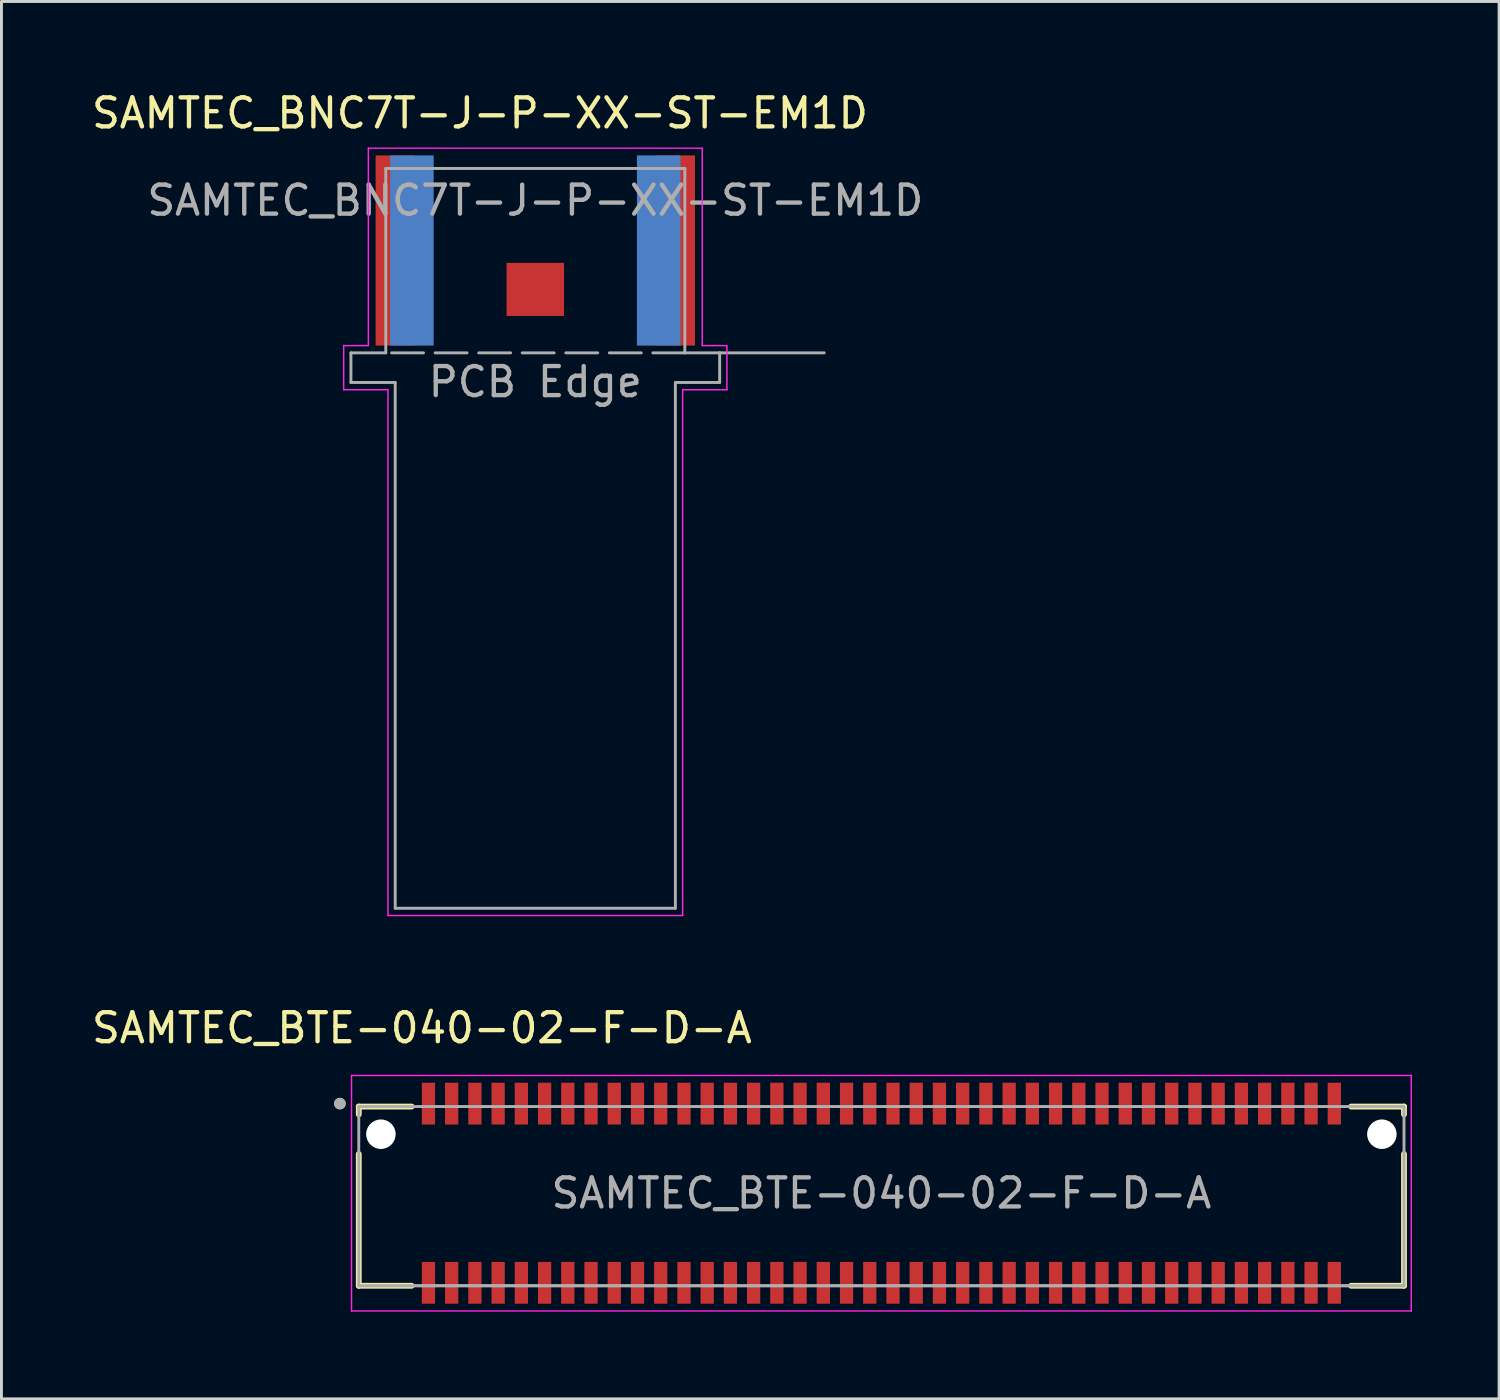
<source format=kicad_pcb>
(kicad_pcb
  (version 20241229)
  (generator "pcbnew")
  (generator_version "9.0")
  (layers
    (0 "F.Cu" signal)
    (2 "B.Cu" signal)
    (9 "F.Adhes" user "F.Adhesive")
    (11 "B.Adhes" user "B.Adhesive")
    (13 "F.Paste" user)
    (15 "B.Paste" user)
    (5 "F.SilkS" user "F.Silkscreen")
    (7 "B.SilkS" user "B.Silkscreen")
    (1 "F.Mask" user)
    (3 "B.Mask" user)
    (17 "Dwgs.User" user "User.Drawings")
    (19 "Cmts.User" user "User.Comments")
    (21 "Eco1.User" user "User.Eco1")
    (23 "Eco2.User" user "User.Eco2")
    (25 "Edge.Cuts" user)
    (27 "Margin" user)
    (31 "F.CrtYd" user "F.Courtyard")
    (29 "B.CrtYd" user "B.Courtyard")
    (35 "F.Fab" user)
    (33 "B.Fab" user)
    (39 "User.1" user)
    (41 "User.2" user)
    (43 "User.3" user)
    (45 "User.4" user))
  (footprint "SAMTEC_BNC7T-J-P-XX-ST-EM1D"
    (layer "F.Cu")
    (at 15.387 9.103)
    (property "Reference" "SAMTEC_BNC7T-J-P-XX-ST-EM1D" (at -1.905 -8.255 0) (layer "F.SilkS") (effects (font (size 1 1) (thickness 0.15))))
    (attr smd)
    (fp_line (start -6.6 -0.25) (end -5.75 -0.25) (stroke (width 0.05) (type solid)) (layer "F.CrtYd"))
    (fp_line (start -6.6 1.27) (end -6.6 -0.25) (stroke (width 0.05) (type solid)) (layer "F.CrtYd"))
    (fp_line (start -5.75 -7.05) (end 5.75 -7.05) (stroke (width 0.05) (type solid)) (layer "F.CrtYd"))
    (fp_line (start -5.75 -0.25) (end -5.75 -7.05) (stroke (width 0.05) (type solid)) (layer "F.CrtYd"))
    (fp_line (start -5.075 1.27) (end -6.6 1.27) (stroke (width 0.05) (type solid)) (layer "F.CrtYd"))
    (fp_line (start -5.075 19.38) (end -5.075 1.27) (stroke (width 0.05) (type solid)) (layer "F.CrtYd"))
    (fp_line (start 5.075 1.27) (end 5.075 19.38) (stroke (width 0.05) (type solid)) (layer "F.CrtYd"))
    (fp_line (start 5.075 19.38) (end -5.075 19.38) (stroke (width 0.05) (type solid)) (layer "F.CrtYd"))
    (fp_line (start 5.75 -7.05) (end 5.75 -0.25) (stroke (width 0.05) (type solid)) (layer "F.CrtYd"))
    (fp_line (start 5.75 -0.25) (end 6.6 -0.25) (stroke (width 0.05) (type solid)) (layer "F.CrtYd"))
    (fp_line (start 6.6 -0.25) (end 6.6 1.27) (stroke (width 0.05) (type solid)) (layer "F.CrtYd"))
    (fp_line (start 6.6 1.27) (end 5.075 1.27) (stroke (width 0.05) (type solid)) (layer "F.CrtYd"))
    (fp_line (start -6.35 0) (end -6.35 1.02) (stroke (width 0.1) (type solid)) (layer "F.Fab"))
    (fp_line (start -6.35 1.02) (end -4.825 1.02) (stroke (width 0.1) (type solid)) (layer "F.Fab"))
    (fp_line (start -5.15 -6.35) (end -5.15 0) (stroke (width 0.1) (type solid)) (layer "F.Fab"))
    (fp_line (start -5.15 0) (end -6.35 0) (stroke (width 0.1) (type solid)) (layer "F.Fab"))
    (fp_line (start -4.825 1.02) (end -4.825 19.13) (stroke (width 0.1) (type solid)) (layer "F.Fab"))
    (fp_line (start -4.825 19.13) (end 4.825 19.13) (stroke (width 0.1) (type solid)) (layer "F.Fab"))
    (fp_line (start 4.825 1.02) (end 4.825 19.13) (stroke (width 0.1) (type solid)) (layer "F.Fab"))
    (fp_line (start 5.15 -6.35) (end -5.15 -6.35) (stroke (width 0.1) (type solid)) (layer "F.Fab"))
    (fp_line (start 5.15 -6.35) (end 5.15 0) (stroke (width 0.1) (type solid)) (layer "F.Fab"))
    (fp_line (start 5.15 0) (end -5.15 0) (stroke (width 0.1) (type dash)) (layer "F.Fab"))
    (fp_line (start 6.35 0) (end 5.15 0) (stroke (width 0.1) (type solid)) (layer "F.Fab"))
    (fp_line (start 6.35 0) (end 9.95 0) (stroke (width 0.1) (type solid)) (layer "F.Fab"))
    (fp_line (start 6.35 1.02) (end 4.825 1.02) (stroke (width 0.1) (type solid)) (layer "F.Fab"))
    (fp_line (start 6.35 1.02) (end 6.35 0) (stroke (width 0.1) (type solid)) (layer "F.Fab"))
    (fp_text user "${REFERENCE}" (at 0 -5.25 0) (layer "F.Fab") (effects (font (size 1 1) (thickness 0.15))))
    (fp_text user "PCB Edge" (at 0 1 0) (layer "F.Fab") (effects (font (size 1 1) (thickness 0.15))))
    (pad "1" smd rect (at 0 -2.185) (size 1.98 1.83) (layers "F.Cu" "F.Mask" "F.Paste"))
    (pad "2" smd rect (at -4.825 -3.525) (size 1.35 6.55) (layers "F.Cu" "F.Mask" "F.Paste"))
    (pad "2" smd rect (at -4.25 -3.525) (size 1.5 6.55) (layers "B.Cu" "B.Mask" "B.Paste"))
    (pad "2" smd rect (at 4.25 -3.525) (size 1.5 6.55) (layers "B.Cu" "B.Mask" "B.Paste"))
    (pad "2" smd rect (at 4.825 -3.525) (size 1.35 6.55) (layers "F.Cu" "F.Mask" "F.Paste")))
  (footprint "SAMTEC_BTE-040-02-F-D-A"
    (layer "F.Cu")
    (at 27.307 38.047)
    (property "Reference" "SAMTEC_BTE-040-02-F-D-A" (at -15.825 -5.691 0) (layer "F.SilkS") (effects (font (size 1 1) (thickness 0.15))))
    (attr smd)
    (fp_line (start -18 -2.985) (end -18 -2.715) (stroke (width 0.2) (type solid)) (layer "F.SilkS"))
    (fp_line (start -18 -2.985) (end -16.178 -2.985) (stroke (width 0.2) (type solid)) (layer "F.SilkS"))
    (fp_line (start -18 -1.349) (end -18 3.188) (stroke (width 0.2) (type solid)) (layer "F.SilkS"))
    (fp_line (start -16.178 3.188) (end -18 3.188) (stroke (width 0.2) (type solid)) (layer "F.SilkS"))
    (fp_line (start 16.178 -2.985) (end 18 -2.985) (stroke (width 0.2) (type solid)) (layer "F.SilkS"))
    (fp_line (start 16.178 3.188) (end 18 3.188) (stroke (width 0.2) (type solid)) (layer "F.SilkS"))
    (fp_line (start 18 -2.715) (end 18 -2.985) (stroke (width 0.2) (type solid)) (layer "F.SilkS"))
    (fp_line (start 18 3.188) (end 18 -1.349) (stroke (width 0.2) (type solid)) (layer "F.SilkS"))
    (fp_circle (center -18.65 -3.086) (end -18.55 -3.086) (stroke (width 0.2) (type solid)) (fill no) (layer "F.SilkS"))
    (fp_line (start -18.25 -4.056) (end 18.25 -4.056) (stroke (width 0.05) (type solid)) (layer "F.CrtYd"))
    (fp_line (start -18.25 4.056) (end -18.25 -4.056) (stroke (width 0.05) (type solid)) (layer "F.CrtYd"))
    (fp_line (start 18.25 -4.056) (end 18.25 4.056) (stroke (width 0.05) (type solid)) (layer "F.CrtYd"))
    (fp_line (start 18.25 4.056) (end -18.25 4.056) (stroke (width 0.05) (type solid)) (layer "F.CrtYd"))
    (fp_line (start -18 -2.985) (end 18 -2.985) (stroke (width 0.1) (type solid)) (layer "F.Fab"))
    (fp_line (start -18 3.188) (end -18 -2.985) (stroke (width 0.1) (type solid)) (layer "F.Fab"))
    (fp_line (start -18 3.188) (end -18 3.188) (stroke (width 0.1) (type solid)) (layer "F.Fab"))
    (fp_line (start -18 3.188) (end 18 3.188) (stroke (width 0.1) (type solid)) (layer "F.Fab"))
    (fp_line (start 18 -2.985) (end 18 3.188) (stroke (width 0.1) (type solid)) (layer "F.Fab"))
    (fp_line (start 18 3.188) (end -18 3.188) (stroke (width 0.1) (type solid)) (layer "F.Fab"))
    (fp_line (start 18 3.188) (end 18 3.188) (stroke (width 0.1) (type solid)) (layer "F.Fab"))
    (fp_circle (center -18.65 -3.086) (end -18.55 -3.086) (stroke (width 0.2) (type solid)) (fill no) (layer "F.Fab"))
    (fp_text user "${REFERENCE}" (at 0 0 0) (unlocked yes) (layer "F.Fab") (effects (font (size 1 1) (thickness 0.15))))
    (pad "" np_thru_hole circle (at -17.238 -2.032) (size 1.016 1.016) (drill 1.016) (layers "*.Cu" "*.Mask"))
    (pad "" np_thru_hole circle (at 17.238 -2.032) (size 1.016 1.016) (drill 1.016) (layers "*.Cu" "*.Mask"))
    (pad "01" smd rect (at -15.6 -3.086) (size 0.457 1.44) (layers "F.Cu" "F.Mask" "F.Paste"))
    (pad "02" smd rect (at -15.6 3.086) (size 0.457 1.44) (layers "F.Cu" "F.Mask" "F.Paste"))
    (pad "03" smd rect (at -14.8 -3.086) (size 0.457 1.44) (layers "F.Cu" "F.Mask" "F.Paste"))
    (pad "04" smd rect (at -14.8 3.086) (size 0.457 1.44) (layers "F.Cu" "F.Mask" "F.Paste"))
    (pad "05" smd rect (at -14 -3.086) (size 0.457 1.44) (layers "F.Cu" "F.Mask" "F.Paste"))
    (pad "06" smd rect (at -14 3.086) (size 0.457 1.44) (layers "F.Cu" "F.Mask" "F.Paste"))
    (pad "07" smd rect (at -13.2 -3.086) (size 0.457 1.44) (layers "F.Cu" "F.Mask" "F.Paste"))
    (pad "08" smd rect (at -13.2 3.086) (size 0.457 1.44) (layers "F.Cu" "F.Mask" "F.Paste"))
    (pad "09" smd rect (at -12.4 -3.086) (size 0.457 1.44) (layers "F.Cu" "F.Mask" "F.Paste"))
    (pad "10" smd rect (at -12.4 3.086) (size 0.457 1.44) (layers "F.Cu" "F.Mask" "F.Paste"))
    (pad "11" smd rect (at -11.6 -3.086) (size 0.457 1.44) (layers "F.Cu" "F.Mask" "F.Paste"))
    (pad "12" smd rect (at -11.6 3.086) (size 0.457 1.44) (layers "F.Cu" "F.Mask" "F.Paste"))
    (pad "13" smd rect (at -10.8 -3.086) (size 0.457 1.44) (layers "F.Cu" "F.Mask" "F.Paste"))
    (pad "14" smd rect (at -10.8 3.086) (size 0.457 1.44) (layers "F.Cu" "F.Mask" "F.Paste"))
    (pad "15" smd rect (at -10 -3.086) (size 0.457 1.44) (layers "F.Cu" "F.Mask" "F.Paste"))
    (pad "16" smd rect (at -10 3.086) (size 0.457 1.44) (layers "F.Cu" "F.Mask" "F.Paste"))
    (pad "17" smd rect (at -9.2 -3.086) (size 0.457 1.44) (layers "F.Cu" "F.Mask" "F.Paste"))
    (pad "18" smd rect (at -9.2 3.086) (size 0.457 1.44) (layers "F.Cu" "F.Mask" "F.Paste"))
    (pad "19" smd rect (at -8.4 -3.086) (size 0.457 1.44) (layers "F.Cu" "F.Mask" "F.Paste"))
    (pad "20" smd rect (at -8.4 3.086) (size 0.457 1.44) (layers "F.Cu" "F.Mask" "F.Paste"))
    (pad "21" smd rect (at -7.6 -3.086) (size 0.457 1.44) (layers "F.Cu" "F.Mask" "F.Paste"))
    (pad "22" smd rect (at -7.6 3.086) (size 0.457 1.44) (layers "F.Cu" "F.Mask" "F.Paste"))
    (pad "23" smd rect (at -6.8 -3.086) (size 0.457 1.44) (layers "F.Cu" "F.Mask" "F.Paste"))
    (pad "24" smd rect (at -6.8 3.086) (size 0.457 1.44) (layers "F.Cu" "F.Mask" "F.Paste"))
    (pad "25" smd rect (at -6 -3.086) (size 0.457 1.44) (layers "F.Cu" "F.Mask" "F.Paste"))
    (pad "26" smd rect (at -6 3.086) (size 0.457 1.44) (layers "F.Cu" "F.Mask" "F.Paste"))
    (pad "27" smd rect (at -5.2 -3.086) (size 0.457 1.44) (layers "F.Cu" "F.Mask" "F.Paste"))
    (pad "28" smd rect (at -5.2 3.086) (size 0.457 1.44) (layers "F.Cu" "F.Mask" "F.Paste"))
    (pad "29" smd rect (at -4.4 -3.086) (size 0.457 1.44) (layers "F.Cu" "F.Mask" "F.Paste"))
    (pad "30" smd rect (at -4.4 3.086) (size 0.457 1.44) (layers "F.Cu" "F.Mask" "F.Paste"))
    (pad "31" smd rect (at -3.6 -3.086) (size 0.457 1.44) (layers "F.Cu" "F.Mask" "F.Paste"))
    (pad "32" smd rect (at -3.6 3.086) (size 0.457 1.44) (layers "F.Cu" "F.Mask" "F.Paste"))
    (pad "33" smd rect (at -2.8 -3.086) (size 0.457 1.44) (layers "F.Cu" "F.Mask" "F.Paste"))
    (pad "34" smd rect (at -2.8 3.086) (size 0.457 1.44) (layers "F.Cu" "F.Mask" "F.Paste"))
    (pad "35" smd rect (at -2 -3.086) (size 0.457 1.44) (layers "F.Cu" "F.Mask" "F.Paste"))
    (pad "36" smd rect (at -2 3.086) (size 0.457 1.44) (layers "F.Cu" "F.Mask" "F.Paste"))
    (pad "37" smd rect (at -1.2 -3.086) (size 0.457 1.44) (layers "F.Cu" "F.Mask" "F.Paste"))
    (pad "38" smd rect (at -1.2 3.086) (size 0.457 1.44) (layers "F.Cu" "F.Mask" "F.Paste"))
    (pad "39" smd rect (at -0.4 -3.086) (size 0.457 1.44) (layers "F.Cu" "F.Mask" "F.Paste"))
    (pad "40" smd rect (at -0.4 3.086) (size 0.457 1.44) (layers "F.Cu" "F.Mask" "F.Paste"))
    (pad "41" smd rect (at 0.4 -3.086) (size 0.457 1.44) (layers "F.Cu" "F.Mask" "F.Paste"))
    (pad "42" smd rect (at 0.4 3.086) (size 0.457 1.44) (layers "F.Cu" "F.Mask" "F.Paste"))
    (pad "43" smd rect (at 1.2 -3.086) (size 0.457 1.44) (layers "F.Cu" "F.Mask" "F.Paste"))
    (pad "44" smd rect (at 1.2 3.086) (size 0.457 1.44) (layers "F.Cu" "F.Mask" "F.Paste"))
    (pad "45" smd rect (at 2 -3.086) (size 0.457 1.44) (layers "F.Cu" "F.Mask" "F.Paste"))
    (pad "46" smd rect (at 2 3.086) (size 0.457 1.44) (layers "F.Cu" "F.Mask" "F.Paste"))
    (pad "47" smd rect (at 2.8 -3.086) (size 0.457 1.44) (layers "F.Cu" "F.Mask" "F.Paste"))
    (pad "48" smd rect (at 2.8 3.086) (size 0.457 1.44) (layers "F.Cu" "F.Mask" "F.Paste"))
    (pad "49" smd rect (at 3.6 -3.086) (size 0.457 1.44) (layers "F.Cu" "F.Mask" "F.Paste"))
    (pad "50" smd rect (at 3.6 3.086) (size 0.457 1.44) (layers "F.Cu" "F.Mask" "F.Paste"))
    (pad "51" smd rect (at 4.4 -3.086) (size 0.457 1.44) (layers "F.Cu" "F.Mask" "F.Paste"))
    (pad "52" smd rect (at 4.4 3.086) (size 0.457 1.44) (layers "F.Cu" "F.Mask" "F.Paste"))
    (pad "53" smd rect (at 5.2 -3.086) (size 0.457 1.44) (layers "F.Cu" "F.Mask" "F.Paste"))
    (pad "54" smd rect (at 5.2 3.086) (size 0.457 1.44) (layers "F.Cu" "F.Mask" "F.Paste"))
    (pad "55" smd rect (at 6 -3.086) (size 0.457 1.44) (layers "F.Cu" "F.Mask" "F.Paste"))
    (pad "56" smd rect (at 6 3.086) (size 0.457 1.44) (layers "F.Cu" "F.Mask" "F.Paste"))
    (pad "57" smd rect (at 6.8 -3.086) (size 0.457 1.44) (layers "F.Cu" "F.Mask" "F.Paste"))
    (pad "58" smd rect (at 6.8 3.086) (size 0.457 1.44) (layers "F.Cu" "F.Mask" "F.Paste"))
    (pad "59" smd rect (at 7.6 -3.086) (size 0.457 1.44) (layers "F.Cu" "F.Mask" "F.Paste"))
    (pad "60" smd rect (at 7.6 3.086) (size 0.457 1.44) (layers "F.Cu" "F.Mask" "F.Paste"))
    (pad "61" smd rect (at 8.4 -3.086) (size 0.457 1.44) (layers "F.Cu" "F.Mask" "F.Paste"))
    (pad "62" smd rect (at 8.4 3.086) (size 0.457 1.44) (layers "F.Cu" "F.Mask" "F.Paste"))
    (pad "63" smd rect (at 9.2 -3.086) (size 0.457 1.44) (layers "F.Cu" "F.Mask" "F.Paste"))
    (pad "64" smd rect (at 9.2 3.086) (size 0.457 1.44) (layers "F.Cu" "F.Mask" "F.Paste"))
    (pad "65" smd rect (at 10 -3.086) (size 0.457 1.44) (layers "F.Cu" "F.Mask" "F.Paste"))
    (pad "66" smd rect (at 10 3.086) (size 0.457 1.44) (layers "F.Cu" "F.Mask" "F.Paste"))
    (pad "67" smd rect (at 10.8 -3.086) (size 0.457 1.44) (layers "F.Cu" "F.Mask" "F.Paste"))
    (pad "68" smd rect (at 10.8 3.086) (size 0.457 1.44) (layers "F.Cu" "F.Mask" "F.Paste"))
    (pad "69" smd rect (at 11.6 -3.086) (size 0.457 1.44) (layers "F.Cu" "F.Mask" "F.Paste"))
    (pad "70" smd rect (at 11.6 3.086) (size 0.457 1.44) (layers "F.Cu" "F.Mask" "F.Paste"))
    (pad "71" smd rect (at 12.4 -3.086) (size 0.457 1.44) (layers "F.Cu" "F.Mask" "F.Paste"))
    (pad "72" smd rect (at 12.4 3.086) (size 0.457 1.44) (layers "F.Cu" "F.Mask" "F.Paste"))
    (pad "73" smd rect (at 13.2 -3.086) (size 0.457 1.44) (layers "F.Cu" "F.Mask" "F.Paste"))
    (pad "74" smd rect (at 13.2 3.086) (size 0.457 1.44) (layers "F.Cu" "F.Mask" "F.Paste"))
    (pad "75" smd rect (at 14 -3.086) (size 0.457 1.44) (layers "F.Cu" "F.Mask" "F.Paste"))
    (pad "76" smd rect (at 14 3.086) (size 0.457 1.44) (layers "F.Cu" "F.Mask" "F.Paste"))
    (pad "77" smd rect (at 14.8 -3.086) (size 0.457 1.44) (layers "F.Cu" "F.Mask" "F.Paste"))
    (pad "78" smd rect (at 14.8 3.086) (size 0.457 1.44) (layers "F.Cu" "F.Mask" "F.Paste"))
    (pad "79" smd rect (at 15.6 -3.086) (size 0.457 1.44) (layers "F.Cu" "F.Mask" "F.Paste"))
    (pad "80" smd rect (at 15.6 3.086) (size 0.457 1.44) (layers "F.Cu" "F.Mask" "F.Paste")))
  (gr_rect
    (start -3 -3)
    (end 48.582 45.129)
    (stroke (width 0.1) (type default))
    (fill no)
    (layer "Edge.Cuts")))
</source>
